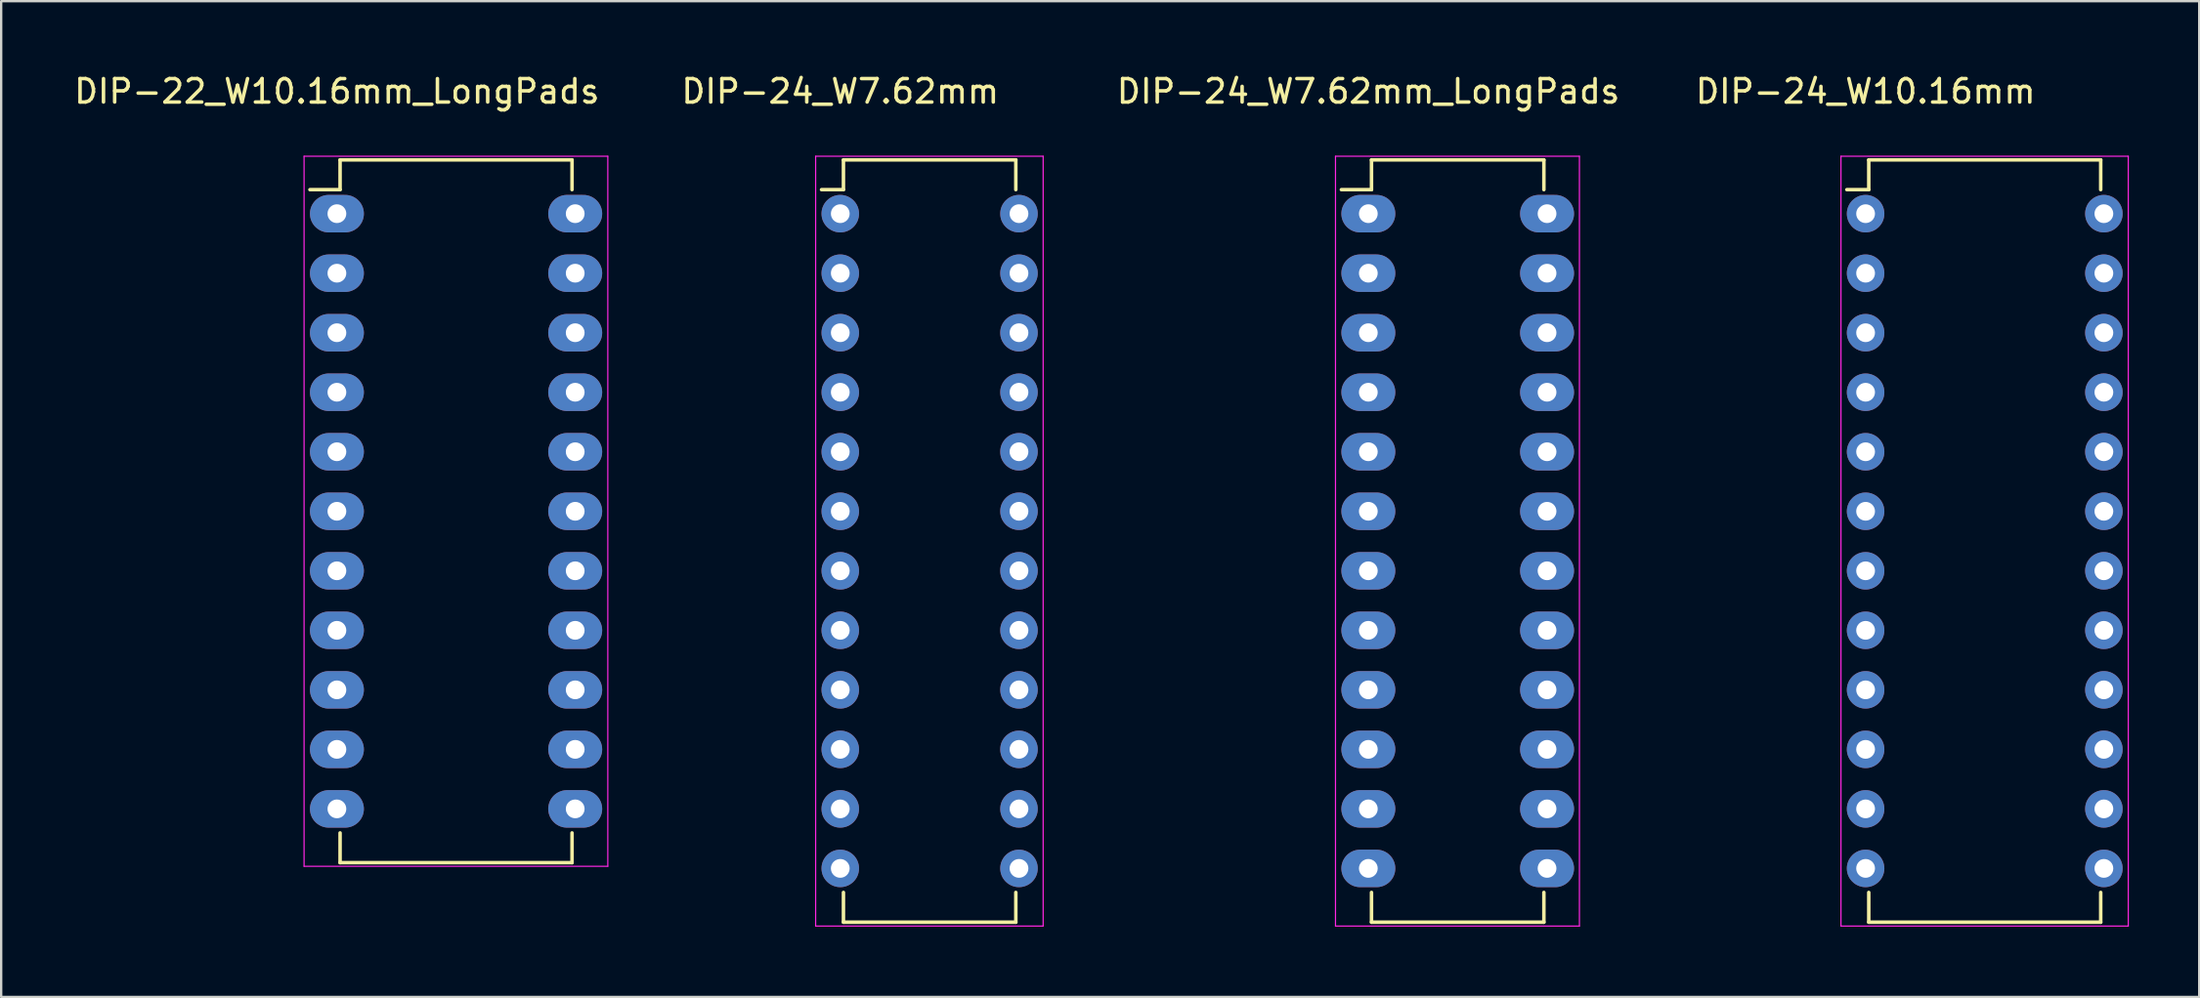
<source format=kicad_pcb>
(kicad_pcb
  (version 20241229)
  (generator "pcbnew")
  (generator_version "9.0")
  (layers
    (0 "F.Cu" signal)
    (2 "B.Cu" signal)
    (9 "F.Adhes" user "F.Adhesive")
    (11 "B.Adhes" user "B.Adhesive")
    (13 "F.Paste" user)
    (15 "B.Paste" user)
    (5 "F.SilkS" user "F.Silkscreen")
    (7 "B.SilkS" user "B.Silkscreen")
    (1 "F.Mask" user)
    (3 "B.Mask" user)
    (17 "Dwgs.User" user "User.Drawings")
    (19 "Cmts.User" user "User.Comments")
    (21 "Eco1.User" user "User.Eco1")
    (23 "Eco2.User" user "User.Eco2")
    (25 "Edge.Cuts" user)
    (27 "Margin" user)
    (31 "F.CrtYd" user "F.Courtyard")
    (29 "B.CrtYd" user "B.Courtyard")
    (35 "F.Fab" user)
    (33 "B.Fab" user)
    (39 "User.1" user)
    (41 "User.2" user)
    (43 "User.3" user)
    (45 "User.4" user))
  (footprint "DIP-24_W10.16mm"
    (layer "F.Cu")
    (at 76.494 6.068)
    (property "Reference" "DIP-24_W10.16mm" (at 0 -5.22 0) (layer "F.SilkS") (effects (font (size 1 1) (thickness 0.15))))
    (attr through_hole)
    (fp_line (start 0.135 -2.295) (end 0.135 -1.025) (stroke (width 0.15) (type solid)) (layer "F.SilkS"))
    (fp_line (start 0.135 -2.295) (end 10.025 -2.295) (stroke (width 0.15) (type solid)) (layer "F.SilkS"))
    (fp_line (start 0.135 -1.025) (end -0.8 -1.025) (stroke (width 0.15) (type solid)) (layer "F.SilkS"))
    (fp_line (start 0.135 30.235) (end 0.135 28.965) (stroke (width 0.15) (type solid)) (layer "F.SilkS"))
    (fp_line (start 0.135 30.235) (end 10.025 30.235) (stroke (width 0.15) (type solid)) (layer "F.SilkS"))
    (fp_line (start 10.025 -2.295) (end 10.025 -1.025) (stroke (width 0.15) (type solid)) (layer "F.SilkS"))
    (fp_line (start 10.025 30.235) (end 10.025 28.965) (stroke (width 0.15) (type solid)) (layer "F.SilkS"))
    (fp_line (start -1.05 -2.45) (end -1.05 30.4) (stroke (width 0.05) (type solid)) (layer "F.CrtYd"))
    (fp_line (start -1.05 -2.45) (end 11.2 -2.45) (stroke (width 0.05) (type solid)) (layer "F.CrtYd"))
    (fp_line (start -1.05 30.4) (end 11.2 30.4) (stroke (width 0.05) (type solid)) (layer "F.CrtYd"))
    (fp_line (start 11.2 -2.45) (end 11.2 30.4) (stroke (width 0.05) (type solid)) (layer "F.CrtYd"))
    (pad "1" thru_hole oval (at 0 0) (size 1.6 1.6) (drill 0.8) (layers "*.Cu" "*.Mask"))
    (pad "2" thru_hole oval (at 0 2.54) (size 1.6 1.6) (drill 0.8) (layers "*.Cu" "*.Mask"))
    (pad "3" thru_hole oval (at 0 5.08) (size 1.6 1.6) (drill 0.8) (layers "*.Cu" "*.Mask"))
    (pad "4" thru_hole oval (at 0 7.62) (size 1.6 1.6) (drill 0.8) (layers "*.Cu" "*.Mask"))
    (pad "5" thru_hole oval (at 0 10.16) (size 1.6 1.6) (drill 0.8) (layers "*.Cu" "*.Mask"))
    (pad "6" thru_hole oval (at 0 12.7) (size 1.6 1.6) (drill 0.8) (layers "*.Cu" "*.Mask"))
    (pad "7" thru_hole oval (at 0 15.24) (size 1.6 1.6) (drill 0.8) (layers "*.Cu" "*.Mask"))
    (pad "8" thru_hole oval (at 0 17.78) (size 1.6 1.6) (drill 0.8) (layers "*.Cu" "*.Mask"))
    (pad "9" thru_hole oval (at 0 20.32) (size 1.6 1.6) (drill 0.8) (layers "*.Cu" "*.Mask"))
    (pad "10" thru_hole oval (at 0 22.86) (size 1.6 1.6) (drill 0.8) (layers "*.Cu" "*.Mask"))
    (pad "11" thru_hole oval (at 0 25.4) (size 1.6 1.6) (drill 0.8) (layers "*.Cu" "*.Mask"))
    (pad "12" thru_hole oval (at 0 27.94) (size 1.6 1.6) (drill 0.8) (layers "*.Cu" "*.Mask"))
    (pad "13" thru_hole oval (at 10.16 27.94) (size 1.6 1.6) (drill 0.8) (layers "*.Cu" "*.Mask"))
    (pad "14" thru_hole oval (at 10.16 25.4) (size 1.6 1.6) (drill 0.8) (layers "*.Cu" "*.Mask"))
    (pad "15" thru_hole oval (at 10.16 22.86) (size 1.6 1.6) (drill 0.8) (layers "*.Cu" "*.Mask"))
    (pad "16" thru_hole oval (at 10.16 20.32) (size 1.6 1.6) (drill 0.8) (layers "*.Cu" "*.Mask"))
    (pad "17" thru_hole oval (at 10.16 17.78) (size 1.6 1.6) (drill 0.8) (layers "*.Cu" "*.Mask"))
    (pad "18" thru_hole oval (at 10.16 15.24) (size 1.6 1.6) (drill 0.8) (layers "*.Cu" "*.Mask"))
    (pad "19" thru_hole oval (at 10.16 12.7) (size 1.6 1.6) (drill 0.8) (layers "*.Cu" "*.Mask"))
    (pad "20" thru_hole oval (at 10.16 10.16) (size 1.6 1.6) (drill 0.8) (layers "*.Cu" "*.Mask"))
    (pad "21" thru_hole oval (at 10.16 7.62) (size 1.6 1.6) (drill 0.8) (layers "*.Cu" "*.Mask"))
    (pad "22" thru_hole oval (at 10.16 5.08) (size 1.6 1.6) (drill 0.8) (layers "*.Cu" "*.Mask"))
    (pad "23" thru_hole oval (at 10.16 2.54) (size 1.6 1.6) (drill 0.8) (layers "*.Cu" "*.Mask"))
    (pad "24" thru_hole oval (at 10.16 0) (size 1.6 1.6) (drill 0.8) (layers "*.Cu" "*.Mask")))
  (footprint "DIP-22_W10.16mm_LongPads"
    (layer "F.Cu")
    (at 11.315 6.068)
    (property "Reference" "DIP-22_W10.16mm_LongPads" (at 0 -5.22 0) (layer "F.SilkS") (effects (font (size 1 1) (thickness 0.15))))
    (attr through_hole)
    (fp_line (start 0.135 -2.295) (end 0.135 -1.025) (stroke (width 0.15) (type solid)) (layer "F.SilkS"))
    (fp_line (start 0.135 -2.295) (end 10.025 -2.295) (stroke (width 0.15) (type solid)) (layer "F.SilkS"))
    (fp_line (start 0.135 -1.025) (end -1.15 -1.025) (stroke (width 0.15) (type solid)) (layer "F.SilkS"))
    (fp_line (start 0.135 27.695) (end 0.135 26.425) (stroke (width 0.15) (type solid)) (layer "F.SilkS"))
    (fp_line (start 0.135 27.695) (end 10.025 27.695) (stroke (width 0.15) (type solid)) (layer "F.SilkS"))
    (fp_line (start 10.025 -2.295) (end 10.025 -1.025) (stroke (width 0.15) (type solid)) (layer "F.SilkS"))
    (fp_line (start 10.025 27.695) (end 10.025 26.425) (stroke (width 0.15) (type solid)) (layer "F.SilkS"))
    (fp_line (start -1.4 -2.45) (end -1.4 27.85) (stroke (width 0.05) (type solid)) (layer "F.CrtYd"))
    (fp_line (start -1.4 -2.45) (end 11.55 -2.45) (stroke (width 0.05) (type solid)) (layer "F.CrtYd"))
    (fp_line (start -1.4 27.85) (end 11.55 27.85) (stroke (width 0.05) (type solid)) (layer "F.CrtYd"))
    (fp_line (start 11.55 -2.45) (end 11.55 27.85) (stroke (width 0.05) (type solid)) (layer "F.CrtYd"))
    (pad "1" thru_hole oval (at 0 0) (size 2.3 1.6) (drill 0.8) (layers "*.Cu" "*.Mask"))
    (pad "2" thru_hole oval (at 0 2.54) (size 2.3 1.6) (drill 0.8) (layers "*.Cu" "*.Mask"))
    (pad "3" thru_hole oval (at 0 5.08) (size 2.3 1.6) (drill 0.8) (layers "*.Cu" "*.Mask"))
    (pad "4" thru_hole oval (at 0 7.62) (size 2.3 1.6) (drill 0.8) (layers "*.Cu" "*.Mask"))
    (pad "5" thru_hole oval (at 0 10.16) (size 2.3 1.6) (drill 0.8) (layers "*.Cu" "*.Mask"))
    (pad "6" thru_hole oval (at 0 12.7) (size 2.3 1.6) (drill 0.8) (layers "*.Cu" "*.Mask"))
    (pad "7" thru_hole oval (at 0 15.24) (size 2.3 1.6) (drill 0.8) (layers "*.Cu" "*.Mask"))
    (pad "8" thru_hole oval (at 0 17.78) (size 2.3 1.6) (drill 0.8) (layers "*.Cu" "*.Mask"))
    (pad "9" thru_hole oval (at 0 20.32) (size 2.3 1.6) (drill 0.8) (layers "*.Cu" "*.Mask"))
    (pad "10" thru_hole oval (at 0 22.86) (size 2.3 1.6) (drill 0.8) (layers "*.Cu" "*.Mask"))
    (pad "11" thru_hole oval (at 0 25.4) (size 2.3 1.6) (drill 0.8) (layers "*.Cu" "*.Mask"))
    (pad "12" thru_hole oval (at 10.16 25.4) (size 2.3 1.6) (drill 0.8) (layers "*.Cu" "*.Mask"))
    (pad "13" thru_hole oval (at 10.16 22.86) (size 2.3 1.6) (drill 0.8) (layers "*.Cu" "*.Mask"))
    (pad "14" thru_hole oval (at 10.16 20.32) (size 2.3 1.6) (drill 0.8) (layers "*.Cu" "*.Mask"))
    (pad "15" thru_hole oval (at 10.16 17.78) (size 2.3 1.6) (drill 0.8) (layers "*.Cu" "*.Mask"))
    (pad "16" thru_hole oval (at 10.16 15.24) (size 2.3 1.6) (drill 0.8) (layers "*.Cu" "*.Mask"))
    (pad "17" thru_hole oval (at 10.16 12.7) (size 2.3 1.6) (drill 0.8) (layers "*.Cu" "*.Mask"))
    (pad "18" thru_hole oval (at 10.16 10.16) (size 2.3 1.6) (drill 0.8) (layers "*.Cu" "*.Mask"))
    (pad "19" thru_hole oval (at 10.16 7.62) (size 2.3 1.6) (drill 0.8) (layers "*.Cu" "*.Mask"))
    (pad "20" thru_hole oval (at 10.16 5.08) (size 2.3 1.6) (drill 0.8) (layers "*.Cu" "*.Mask"))
    (pad "21" thru_hole oval (at 10.16 2.54) (size 2.3 1.6) (drill 0.8) (layers "*.Cu" "*.Mask"))
    (pad "22" thru_hole oval (at 10.16 0) (size 2.3 1.6) (drill 0.8) (layers "*.Cu" "*.Mask")))
  (footprint "DIP-24_W7.62mm_LongPads"
    (layer "F.Cu")
    (at 55.292 6.068)
    (property "Reference" "DIP-24_W7.62mm_LongPads" (at 0 -5.22 0) (layer "F.SilkS") (effects (font (size 1 1) (thickness 0.15))))
    (attr through_hole)
    (fp_line (start 0.135 -2.295) (end 0.135 -1.025) (stroke (width 0.15) (type solid)) (layer "F.SilkS"))
    (fp_line (start 0.135 -2.295) (end 7.485 -2.295) (stroke (width 0.15) (type solid)) (layer "F.SilkS"))
    (fp_line (start 0.135 -1.025) (end -1.15 -1.025) (stroke (width 0.15) (type solid)) (layer "F.SilkS"))
    (fp_line (start 0.135 30.235) (end 0.135 28.965) (stroke (width 0.15) (type solid)) (layer "F.SilkS"))
    (fp_line (start 0.135 30.235) (end 7.485 30.235) (stroke (width 0.15) (type solid)) (layer "F.SilkS"))
    (fp_line (start 7.485 -2.295) (end 7.485 -1.025) (stroke (width 0.15) (type solid)) (layer "F.SilkS"))
    (fp_line (start 7.485 30.235) (end 7.485 28.965) (stroke (width 0.15) (type solid)) (layer "F.SilkS"))
    (fp_line (start -1.4 -2.45) (end -1.4 30.4) (stroke (width 0.05) (type solid)) (layer "F.CrtYd"))
    (fp_line (start -1.4 -2.45) (end 9 -2.45) (stroke (width 0.05) (type solid)) (layer "F.CrtYd"))
    (fp_line (start -1.4 30.4) (end 9 30.4) (stroke (width 0.05) (type solid)) (layer "F.CrtYd"))
    (fp_line (start 9 -2.45) (end 9 30.4) (stroke (width 0.05) (type solid)) (layer "F.CrtYd"))
    (pad "1" thru_hole oval (at 0 0) (size 2.3 1.6) (drill 0.8) (layers "*.Cu" "*.Mask"))
    (pad "2" thru_hole oval (at 0 2.54) (size 2.3 1.6) (drill 0.8) (layers "*.Cu" "*.Mask"))
    (pad "3" thru_hole oval (at 0 5.08) (size 2.3 1.6) (drill 0.8) (layers "*.Cu" "*.Mask"))
    (pad "4" thru_hole oval (at 0 7.62) (size 2.3 1.6) (drill 0.8) (layers "*.Cu" "*.Mask"))
    (pad "5" thru_hole oval (at 0 10.16) (size 2.3 1.6) (drill 0.8) (layers "*.Cu" "*.Mask"))
    (pad "6" thru_hole oval (at 0 12.7) (size 2.3 1.6) (drill 0.8) (layers "*.Cu" "*.Mask"))
    (pad "7" thru_hole oval (at 0 15.24) (size 2.3 1.6) (drill 0.8) (layers "*.Cu" "*.Mask"))
    (pad "8" thru_hole oval (at 0 17.78) (size 2.3 1.6) (drill 0.8) (layers "*.Cu" "*.Mask"))
    (pad "9" thru_hole oval (at 0 20.32) (size 2.3 1.6) (drill 0.8) (layers "*.Cu" "*.Mask"))
    (pad "10" thru_hole oval (at 0 22.86) (size 2.3 1.6) (drill 0.8) (layers "*.Cu" "*.Mask"))
    (pad "11" thru_hole oval (at 0 25.4) (size 2.3 1.6) (drill 0.8) (layers "*.Cu" "*.Mask"))
    (pad "12" thru_hole oval (at 0 27.94) (size 2.3 1.6) (drill 0.8) (layers "*.Cu" "*.Mask"))
    (pad "13" thru_hole oval (at 7.62 27.94) (size 2.3 1.6) (drill 0.8) (layers "*.Cu" "*.Mask"))
    (pad "14" thru_hole oval (at 7.62 25.4) (size 2.3 1.6) (drill 0.8) (layers "*.Cu" "*.Mask"))
    (pad "15" thru_hole oval (at 7.62 22.86) (size 2.3 1.6) (drill 0.8) (layers "*.Cu" "*.Mask"))
    (pad "16" thru_hole oval (at 7.62 20.32) (size 2.3 1.6) (drill 0.8) (layers "*.Cu" "*.Mask"))
    (pad "17" thru_hole oval (at 7.62 17.78) (size 2.3 1.6) (drill 0.8) (layers "*.Cu" "*.Mask"))
    (pad "18" thru_hole oval (at 7.62 15.24) (size 2.3 1.6) (drill 0.8) (layers "*.Cu" "*.Mask"))
    (pad "19" thru_hole oval (at 7.62 12.7) (size 2.3 1.6) (drill 0.8) (layers "*.Cu" "*.Mask"))
    (pad "20" thru_hole oval (at 7.62 10.16) (size 2.3 1.6) (drill 0.8) (layers "*.Cu" "*.Mask"))
    (pad "21" thru_hole oval (at 7.62 7.62) (size 2.3 1.6) (drill 0.8) (layers "*.Cu" "*.Mask"))
    (pad "22" thru_hole oval (at 7.62 5.08) (size 2.3 1.6) (drill 0.8) (layers "*.Cu" "*.Mask"))
    (pad "23" thru_hole oval (at 7.62 2.54) (size 2.3 1.6) (drill 0.8) (layers "*.Cu" "*.Mask"))
    (pad "24" thru_hole oval (at 7.62 0) (size 2.3 1.6) (drill 0.8) (layers "*.Cu" "*.Mask")))
  (footprint "DIP-24_W7.62mm"
    (layer "F.Cu")
    (at 32.777 6.068)
    (property "Reference" "DIP-24_W7.62mm" (at 0 -5.22 0) (layer "F.SilkS") (effects (font (size 1 1) (thickness 0.15))))
    (attr through_hole)
    (fp_line (start 0.135 -2.295) (end 0.135 -1.025) (stroke (width 0.15) (type solid)) (layer "F.SilkS"))
    (fp_line (start 0.135 -2.295) (end 7.485 -2.295) (stroke (width 0.15) (type solid)) (layer "F.SilkS"))
    (fp_line (start 0.135 -1.025) (end -0.8 -1.025) (stroke (width 0.15) (type solid)) (layer "F.SilkS"))
    (fp_line (start 0.135 30.235) (end 0.135 28.965) (stroke (width 0.15) (type solid)) (layer "F.SilkS"))
    (fp_line (start 0.135 30.235) (end 7.485 30.235) (stroke (width 0.15) (type solid)) (layer "F.SilkS"))
    (fp_line (start 7.485 -2.295) (end 7.485 -1.025) (stroke (width 0.15) (type solid)) (layer "F.SilkS"))
    (fp_line (start 7.485 30.235) (end 7.485 28.965) (stroke (width 0.15) (type solid)) (layer "F.SilkS"))
    (fp_line (start -1.05 -2.45) (end -1.05 30.4) (stroke (width 0.05) (type solid)) (layer "F.CrtYd"))
    (fp_line (start -1.05 -2.45) (end 8.65 -2.45) (stroke (width 0.05) (type solid)) (layer "F.CrtYd"))
    (fp_line (start -1.05 30.4) (end 8.65 30.4) (stroke (width 0.05) (type solid)) (layer "F.CrtYd"))
    (fp_line (start 8.65 -2.45) (end 8.65 30.4) (stroke (width 0.05) (type solid)) (layer "F.CrtYd"))
    (pad "1" thru_hole oval (at 0 0) (size 1.6 1.6) (drill 0.8) (layers "*.Cu" "*.Mask"))
    (pad "2" thru_hole oval (at 0 2.54) (size 1.6 1.6) (drill 0.8) (layers "*.Cu" "*.Mask"))
    (pad "3" thru_hole oval (at 0 5.08) (size 1.6 1.6) (drill 0.8) (layers "*.Cu" "*.Mask"))
    (pad "4" thru_hole oval (at 0 7.62) (size 1.6 1.6) (drill 0.8) (layers "*.Cu" "*.Mask"))
    (pad "5" thru_hole oval (at 0 10.16) (size 1.6 1.6) (drill 0.8) (layers "*.Cu" "*.Mask"))
    (pad "6" thru_hole oval (at 0 12.7) (size 1.6 1.6) (drill 0.8) (layers "*.Cu" "*.Mask"))
    (pad "7" thru_hole oval (at 0 15.24) (size 1.6 1.6) (drill 0.8) (layers "*.Cu" "*.Mask"))
    (pad "8" thru_hole oval (at 0 17.78) (size 1.6 1.6) (drill 0.8) (layers "*.Cu" "*.Mask"))
    (pad "9" thru_hole oval (at 0 20.32) (size 1.6 1.6) (drill 0.8) (layers "*.Cu" "*.Mask"))
    (pad "10" thru_hole oval (at 0 22.86) (size 1.6 1.6) (drill 0.8) (layers "*.Cu" "*.Mask"))
    (pad "11" thru_hole oval (at 0 25.4) (size 1.6 1.6) (drill 0.8) (layers "*.Cu" "*.Mask"))
    (pad "12" thru_hole oval (at 0 27.94) (size 1.6 1.6) (drill 0.8) (layers "*.Cu" "*.Mask"))
    (pad "13" thru_hole oval (at 7.62 27.94) (size 1.6 1.6) (drill 0.8) (layers "*.Cu" "*.Mask"))
    (pad "14" thru_hole oval (at 7.62 25.4) (size 1.6 1.6) (drill 0.8) (layers "*.Cu" "*.Mask"))
    (pad "15" thru_hole oval (at 7.62 22.86) (size 1.6 1.6) (drill 0.8) (layers "*.Cu" "*.Mask"))
    (pad "16" thru_hole oval (at 7.62 20.32) (size 1.6 1.6) (drill 0.8) (layers "*.Cu" "*.Mask"))
    (pad "17" thru_hole oval (at 7.62 17.78) (size 1.6 1.6) (drill 0.8) (layers "*.Cu" "*.Mask"))
    (pad "18" thru_hole oval (at 7.62 15.24) (size 1.6 1.6) (drill 0.8) (layers "*.Cu" "*.Mask"))
    (pad "19" thru_hole oval (at 7.62 12.7) (size 1.6 1.6) (drill 0.8) (layers "*.Cu" "*.Mask"))
    (pad "20" thru_hole oval (at 7.62 10.16) (size 1.6 1.6) (drill 0.8) (layers "*.Cu" "*.Mask"))
    (pad "21" thru_hole oval (at 7.62 7.62) (size 1.6 1.6) (drill 0.8) (layers "*.Cu" "*.Mask"))
    (pad "22" thru_hole oval (at 7.62 5.08) (size 1.6 1.6) (drill 0.8) (layers "*.Cu" "*.Mask"))
    (pad "23" thru_hole oval (at 7.62 2.54) (size 1.6 1.6) (drill 0.8) (layers "*.Cu" "*.Mask"))
    (pad "24" thru_hole oval (at 7.62 0) (size 1.6 1.6) (drill 0.8) (layers "*.Cu" "*.Mask")))
  (gr_rect
    (start -3 -3)
    (end 90.719 39.493)
    (stroke (width 0.1) (type default))
    (fill no)
    (layer "Edge.Cuts")))
</source>
